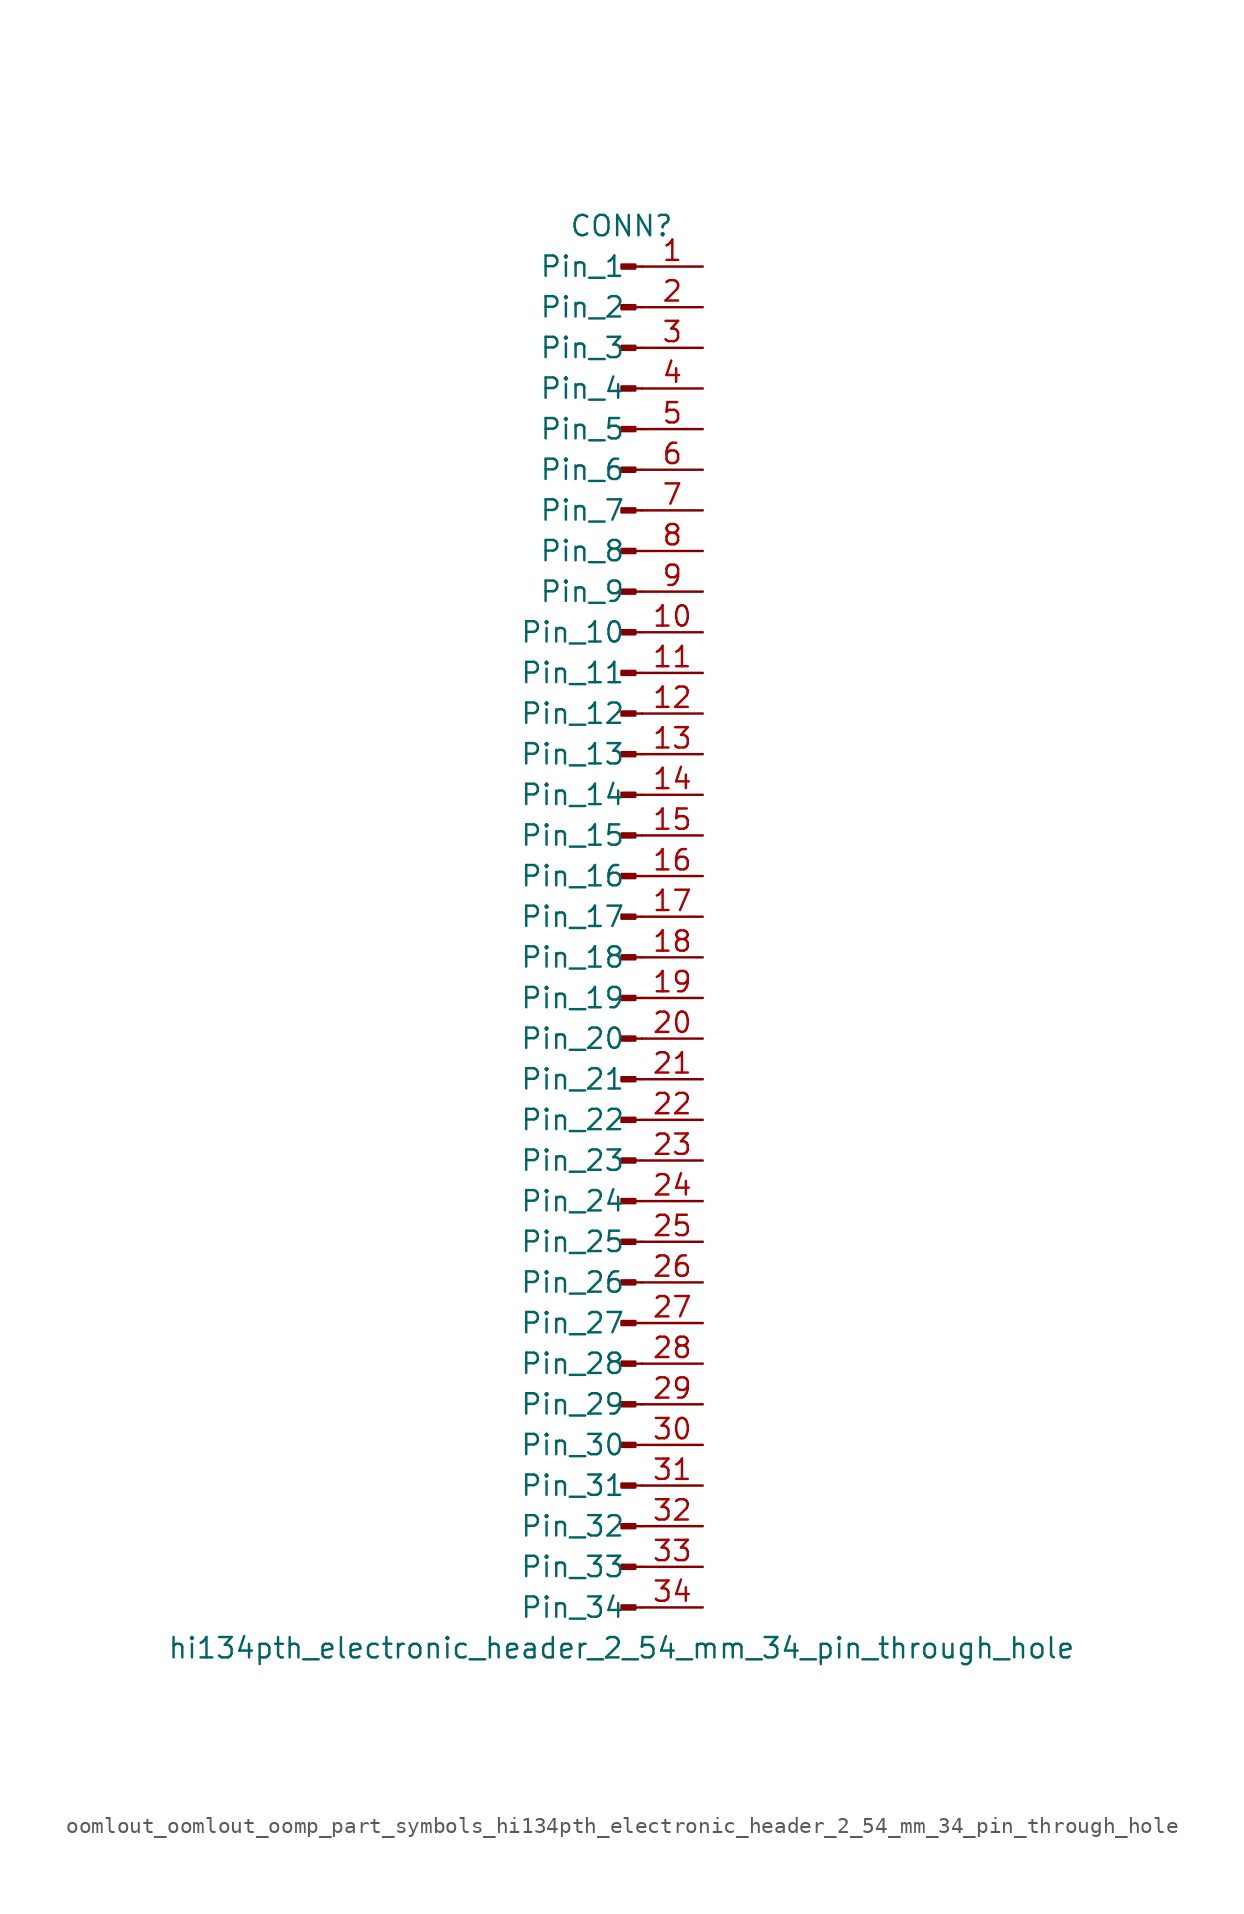
<source format=kicad_sym>
(kicad_symbol_lib
  (version 20220914)
  (generator kicad_symbol_editor)
  (symbol "oomlout_oomlout_oomp_part_symbols_hi134pth_electronic_header_2_54_mm_34_pin_through_hole"
    (pin_names
      (offset 1.016))
    (property "Reference" "CONN"
      (at 0 43.18 0)
      (effects (font (size 1.27 1.27))))
    (property "Value" "hi134pth_electronic_header_2_54_mm_34_pin_through_hole"
      (at 0 -45.72 0)
      (effects (font (size 1.27 1.27))))
    (property "ki_locked" ""
      (at 0 0 0)
      (effects (font (size 1.27 1.27))))
    (symbol "oomlout_oomlout_oomp_part_symbols_hi134pth_electronic_header_2_54_mm_34_pin_through_hole_1_1"
      (polyline (pts (xy 1.27 -43.18) (xy 0.864 -43.18)) (stroke (width 0.152) (type default)) (fill (type none)))
      (polyline (pts (xy 1.27 -40.64) (xy 0.864 -40.64)) (stroke (width 0.152) (type default)) (fill (type none)))
      (polyline (pts (xy 1.27 -38.1) (xy 0.864 -38.1)) (stroke (width 0.152) (type default)) (fill (type none)))
      (polyline (pts (xy 1.27 -35.56) (xy 0.864 -35.56)) (stroke (width 0.152) (type default)) (fill (type none)))
      (polyline (pts (xy 1.27 -33.02) (xy 0.864 -33.02)) (stroke (width 0.152) (type default)) (fill (type none)))
      (polyline (pts (xy 1.27 -30.48) (xy 0.864 -30.48)) (stroke (width 0.152) (type default)) (fill (type none)))
      (polyline (pts (xy 1.27 -27.94) (xy 0.864 -27.94)) (stroke (width 0.152) (type default)) (fill (type none)))
      (polyline (pts (xy 1.27 -25.4) (xy 0.864 -25.4)) (stroke (width 0.152) (type default)) (fill (type none)))
      (polyline (pts (xy 1.27 -22.86) (xy 0.864 -22.86)) (stroke (width 0.152) (type default)) (fill (type none)))
      (polyline (pts (xy 1.27 -20.32) (xy 0.864 -20.32)) (stroke (width 0.152) (type default)) (fill (type none)))
      (polyline (pts (xy 1.27 -17.78) (xy 0.864 -17.78)) (stroke (width 0.152) (type default)) (fill (type none)))
      (polyline (pts (xy 1.27 -15.24) (xy 0.864 -15.24)) (stroke (width 0.152) (type default)) (fill (type none)))
      (polyline (pts (xy 1.27 -12.7) (xy 0.864 -12.7)) (stroke (width 0.152) (type default)) (fill (type none)))
      (polyline (pts (xy 1.27 -10.16) (xy 0.864 -10.16)) (stroke (width 0.152) (type default)) (fill (type none)))
      (polyline (pts (xy 1.27 -7.62) (xy 0.864 -7.62)) (stroke (width 0.152) (type default)) (fill (type none)))
      (polyline (pts (xy 1.27 -5.08) (xy 0.864 -5.08)) (stroke (width 0.152) (type default)) (fill (type none)))
      (polyline (pts (xy 1.27 -2.54) (xy 0.864 -2.54)) (stroke (width 0.152) (type default)) (fill (type none)))
      (polyline (pts (xy 1.27 0) (xy 0.864 0)) (stroke (width 0.152) (type default)) (fill (type none)))
      (polyline (pts (xy 1.27 2.54) (xy 0.864 2.54)) (stroke (width 0.152) (type default)) (fill (type none)))
      (polyline (pts (xy 1.27 5.08) (xy 0.864 5.08)) (stroke (width 0.152) (type default)) (fill (type none)))
      (polyline (pts (xy 1.27 7.62) (xy 0.864 7.62)) (stroke (width 0.152) (type default)) (fill (type none)))
      (polyline (pts (xy 1.27 10.16) (xy 0.864 10.16)) (stroke (width 0.152) (type default)) (fill (type none)))
      (polyline (pts (xy 1.27 12.7) (xy 0.864 12.7)) (stroke (width 0.152) (type default)) (fill (type none)))
      (polyline (pts (xy 1.27 15.24) (xy 0.864 15.24)) (stroke (width 0.152) (type default)) (fill (type none)))
      (polyline (pts (xy 1.27 17.78) (xy 0.864 17.78)) (stroke (width 0.152) (type default)) (fill (type none)))
      (polyline (pts (xy 1.27 20.32) (xy 0.864 20.32)) (stroke (width 0.152) (type default)) (fill (type none)))
      (polyline (pts (xy 1.27 22.86) (xy 0.864 22.86)) (stroke (width 0.152) (type default)) (fill (type none)))
      (polyline (pts (xy 1.27 25.4) (xy 0.864 25.4)) (stroke (width 0.152) (type default)) (fill (type none)))
      (polyline (pts (xy 1.27 27.94) (xy 0.864 27.94)) (stroke (width 0.152) (type default)) (fill (type none)))
      (polyline (pts (xy 1.27 30.48) (xy 0.864 30.48)) (stroke (width 0.152) (type default)) (fill (type none)))
      (polyline (pts (xy 1.27 33.02) (xy 0.864 33.02)) (stroke (width 0.152) (type default)) (fill (type none)))
      (polyline (pts (xy 1.27 35.56) (xy 0.864 35.56)) (stroke (width 0.152) (type default)) (fill (type none)))
      (polyline (pts (xy 1.27 38.1) (xy 0.864 38.1)) (stroke (width 0.152) (type default)) (fill (type none)))
      (polyline (pts (xy 1.27 40.64) (xy 0.864 40.64)) (stroke (width 0.152) (type default)) (fill (type none)))
      (rectangle (start 0.864 -43.053) (end 0 -43.307) (stroke (width 0.152) (type default)) (fill (type outline)))
      (rectangle (start 0.864 -40.513) (end 0 -40.767) (stroke (width 0.152) (type default)) (fill (type outline)))
      (rectangle (start 0.864 -37.973) (end 0 -38.227) (stroke (width 0.152) (type default)) (fill (type outline)))
      (rectangle (start 0.864 -35.433) (end 0 -35.687) (stroke (width 0.152) (type default)) (fill (type outline)))
      (rectangle (start 0.864 -32.893) (end 0 -33.147) (stroke (width 0.152) (type default)) (fill (type outline)))
      (rectangle (start 0.864 -30.353) (end 0 -30.607) (stroke (width 0.152) (type default)) (fill (type outline)))
      (rectangle (start 0.864 -27.813) (end 0 -28.067) (stroke (width 0.152) (type default)) (fill (type outline)))
      (rectangle (start 0.864 -25.273) (end 0 -25.527) (stroke (width 0.152) (type default)) (fill (type outline)))
      (rectangle (start 0.864 -22.733) (end 0 -22.987) (stroke (width 0.152) (type default)) (fill (type outline)))
      (rectangle (start 0.864 -20.193) (end 0 -20.447) (stroke (width 0.152) (type default)) (fill (type outline)))
      (rectangle (start 0.864 -17.653) (end 0 -17.907) (stroke (width 0.152) (type default)) (fill (type outline)))
      (rectangle (start 0.864 -15.113) (end 0 -15.367) (stroke (width 0.152) (type default)) (fill (type outline)))
      (rectangle (start 0.864 -12.573) (end 0 -12.827) (stroke (width 0.152) (type default)) (fill (type outline)))
      (rectangle (start 0.864 -10.033) (end 0 -10.287) (stroke (width 0.152) (type default)) (fill (type outline)))
      (rectangle (start 0.864 -7.493) (end 0 -7.747) (stroke (width 0.152) (type default)) (fill (type outline)))
      (rectangle (start 0.864 -4.953) (end 0 -5.207) (stroke (width 0.152) (type default)) (fill (type outline)))
      (rectangle (start 0.864 -2.413) (end 0 -2.667) (stroke (width 0.152) (type default)) (fill (type outline)))
      (rectangle (start 0.864 0.127) (end 0 -0.127) (stroke (width 0.152) (type default)) (fill (type outline)))
      (rectangle (start 0.864 2.667) (end 0 2.413) (stroke (width 0.152) (type default)) (fill (type outline)))
      (rectangle (start 0.864 5.207) (end 0 4.953) (stroke (width 0.152) (type default)) (fill (type outline)))
      (rectangle (start 0.864 7.747) (end 0 7.493) (stroke (width 0.152) (type default)) (fill (type outline)))
      (rectangle (start 0.864 10.287) (end 0 10.033) (stroke (width 0.152) (type default)) (fill (type outline)))
      (rectangle (start 0.864 12.827) (end 0 12.573) (stroke (width 0.152) (type default)) (fill (type outline)))
      (rectangle (start 0.864 15.367) (end 0 15.113) (stroke (width 0.152) (type default)) (fill (type outline)))
      (rectangle (start 0.864 17.907) (end 0 17.653) (stroke (width 0.152) (type default)) (fill (type outline)))
      (rectangle (start 0.864 20.447) (end 0 20.193) (stroke (width 0.152) (type default)) (fill (type outline)))
      (rectangle (start 0.864 22.987) (end 0 22.733) (stroke (width 0.152) (type default)) (fill (type outline)))
      (rectangle (start 0.864 25.527) (end 0 25.273) (stroke (width 0.152) (type default)) (fill (type outline)))
      (rectangle (start 0.864 28.067) (end 0 27.813) (stroke (width 0.152) (type default)) (fill (type outline)))
      (rectangle (start 0.864 30.607) (end 0 30.353) (stroke (width 0.152) (type default)) (fill (type outline)))
      (rectangle (start 0.864 33.147) (end 0 32.893) (stroke (width 0.152) (type default)) (fill (type outline)))
      (rectangle (start 0.864 35.687) (end 0 35.433) (stroke (width 0.152) (type default)) (fill (type outline)))
      (rectangle (start 0.864 38.227) (end 0 37.973) (stroke (width 0.152) (type default)) (fill (type outline)))
      (rectangle (start 0.864 40.767) (end 0 40.513) (stroke (width 0.152) (type default)) (fill (type outline)))
      (pin passive line (at 5.08 40.64 180) (length 3.81) (name "Pin_1" (effects (font (size 1.27 1.27)))) (number "1" (effects (font (size 1.27 1.27)))))
      (pin passive line (at 5.08 17.78 180) (length 3.81) (name "Pin_10" (effects (font (size 1.27 1.27)))) (number "10" (effects (font (size 1.27 1.27)))))
      (pin passive line (at 5.08 15.24 180) (length 3.81) (name "Pin_11" (effects (font (size 1.27 1.27)))) (number "11" (effects (font (size 1.27 1.27)))))
      (pin passive line (at 5.08 12.7 180) (length 3.81) (name "Pin_12" (effects (font (size 1.27 1.27)))) (number "12" (effects (font (size 1.27 1.27)))))
      (pin passive line (at 5.08 10.16 180) (length 3.81) (name "Pin_13" (effects (font (size 1.27 1.27)))) (number "13" (effects (font (size 1.27 1.27)))))
      (pin passive line (at 5.08 7.62 180) (length 3.81) (name "Pin_14" (effects (font (size 1.27 1.27)))) (number "14" (effects (font (size 1.27 1.27)))))
      (pin passive line (at 5.08 5.08 180) (length 3.81) (name "Pin_15" (effects (font (size 1.27 1.27)))) (number "15" (effects (font (size 1.27 1.27)))))
      (pin passive line (at 5.08 2.54 180) (length 3.81) (name "Pin_16" (effects (font (size 1.27 1.27)))) (number "16" (effects (font (size 1.27 1.27)))))
      (pin passive line (at 5.08 0 180) (length 3.81) (name "Pin_17" (effects (font (size 1.27 1.27)))) (number "17" (effects (font (size 1.27 1.27)))))
      (pin passive line (at 5.08 -2.54 180) (length 3.81) (name "Pin_18" (effects (font (size 1.27 1.27)))) (number "18" (effects (font (size 1.27 1.27)))))
      (pin passive line (at 5.08 -5.08 180) (length 3.81) (name "Pin_19" (effects (font (size 1.27 1.27)))) (number "19" (effects (font (size 1.27 1.27)))))
      (pin passive line (at 5.08 38.1 180) (length 3.81) (name "Pin_2" (effects (font (size 1.27 1.27)))) (number "2" (effects (font (size 1.27 1.27)))))
      (pin passive line (at 5.08 -7.62 180) (length 3.81) (name "Pin_20" (effects (font (size 1.27 1.27)))) (number "20" (effects (font (size 1.27 1.27)))))
      (pin passive line (at 5.08 -10.16 180) (length 3.81) (name "Pin_21" (effects (font (size 1.27 1.27)))) (number "21" (effects (font (size 1.27 1.27)))))
      (pin passive line (at 5.08 -12.7 180) (length 3.81) (name "Pin_22" (effects (font (size 1.27 1.27)))) (number "22" (effects (font (size 1.27 1.27)))))
      (pin passive line (at 5.08 -15.24 180) (length 3.81) (name "Pin_23" (effects (font (size 1.27 1.27)))) (number "23" (effects (font (size 1.27 1.27)))))
      (pin passive line (at 5.08 -17.78 180) (length 3.81) (name "Pin_24" (effects (font (size 1.27 1.27)))) (number "24" (effects (font (size 1.27 1.27)))))
      (pin passive line (at 5.08 -20.32 180) (length 3.81) (name "Pin_25" (effects (font (size 1.27 1.27)))) (number "25" (effects (font (size 1.27 1.27)))))
      (pin passive line (at 5.08 -22.86 180) (length 3.81) (name "Pin_26" (effects (font (size 1.27 1.27)))) (number "26" (effects (font (size 1.27 1.27)))))
      (pin passive line (at 5.08 -25.4 180) (length 3.81) (name "Pin_27" (effects (font (size 1.27 1.27)))) (number "27" (effects (font (size 1.27 1.27)))))
      (pin passive line (at 5.08 -27.94 180) (length 3.81) (name "Pin_28" (effects (font (size 1.27 1.27)))) (number "28" (effects (font (size 1.27 1.27)))))
      (pin passive line (at 5.08 -30.48 180) (length 3.81) (name "Pin_29" (effects (font (size 1.27 1.27)))) (number "29" (effects (font (size 1.27 1.27)))))
      (pin passive line (at 5.08 35.56 180) (length 3.81) (name "Pin_3" (effects (font (size 1.27 1.27)))) (number "3" (effects (font (size 1.27 1.27)))))
      (pin passive line (at 5.08 -33.02 180) (length 3.81) (name "Pin_30" (effects (font (size 1.27 1.27)))) (number "30" (effects (font (size 1.27 1.27)))))
      (pin passive line (at 5.08 -35.56 180) (length 3.81) (name "Pin_31" (effects (font (size 1.27 1.27)))) (number "31" (effects (font (size 1.27 1.27)))))
      (pin passive line (at 5.08 -38.1 180) (length 3.81) (name "Pin_32" (effects (font (size 1.27 1.27)))) (number "32" (effects (font (size 1.27 1.27)))))
      (pin passive line (at 5.08 -40.64 180) (length 3.81) (name "Pin_33" (effects (font (size 1.27 1.27)))) (number "33" (effects (font (size 1.27 1.27)))))
      (pin passive line (at 5.08 -43.18 180) (length 3.81) (name "Pin_34" (effects (font (size 1.27 1.27)))) (number "34" (effects (font (size 1.27 1.27)))))
      (pin passive line (at 5.08 33.02 180) (length 3.81) (name "Pin_4" (effects (font (size 1.27 1.27)))) (number "4" (effects (font (size 1.27 1.27)))))
      (pin passive line (at 5.08 30.48 180) (length 3.81) (name "Pin_5" (effects (font (size 1.27 1.27)))) (number "5" (effects (font (size 1.27 1.27)))))
      (pin passive line (at 5.08 27.94 180) (length 3.81) (name "Pin_6" (effects (font (size 1.27 1.27)))) (number "6" (effects (font (size 1.27 1.27)))))
      (pin passive line (at 5.08 25.4 180) (length 3.81) (name "Pin_7" (effects (font (size 1.27 1.27)))) (number "7" (effects (font (size 1.27 1.27)))))
      (pin passive line (at 5.08 22.86 180) (length 3.81) (name "Pin_8" (effects (font (size 1.27 1.27)))) (number "8" (effects (font (size 1.27 1.27)))))
      (pin passive line (at 5.08 20.32 180) (length 3.81) (name "Pin_9" (effects (font (size 1.27 1.27)))) (number "9" (effects (font (size 1.27 1.27))))))))
</source>
